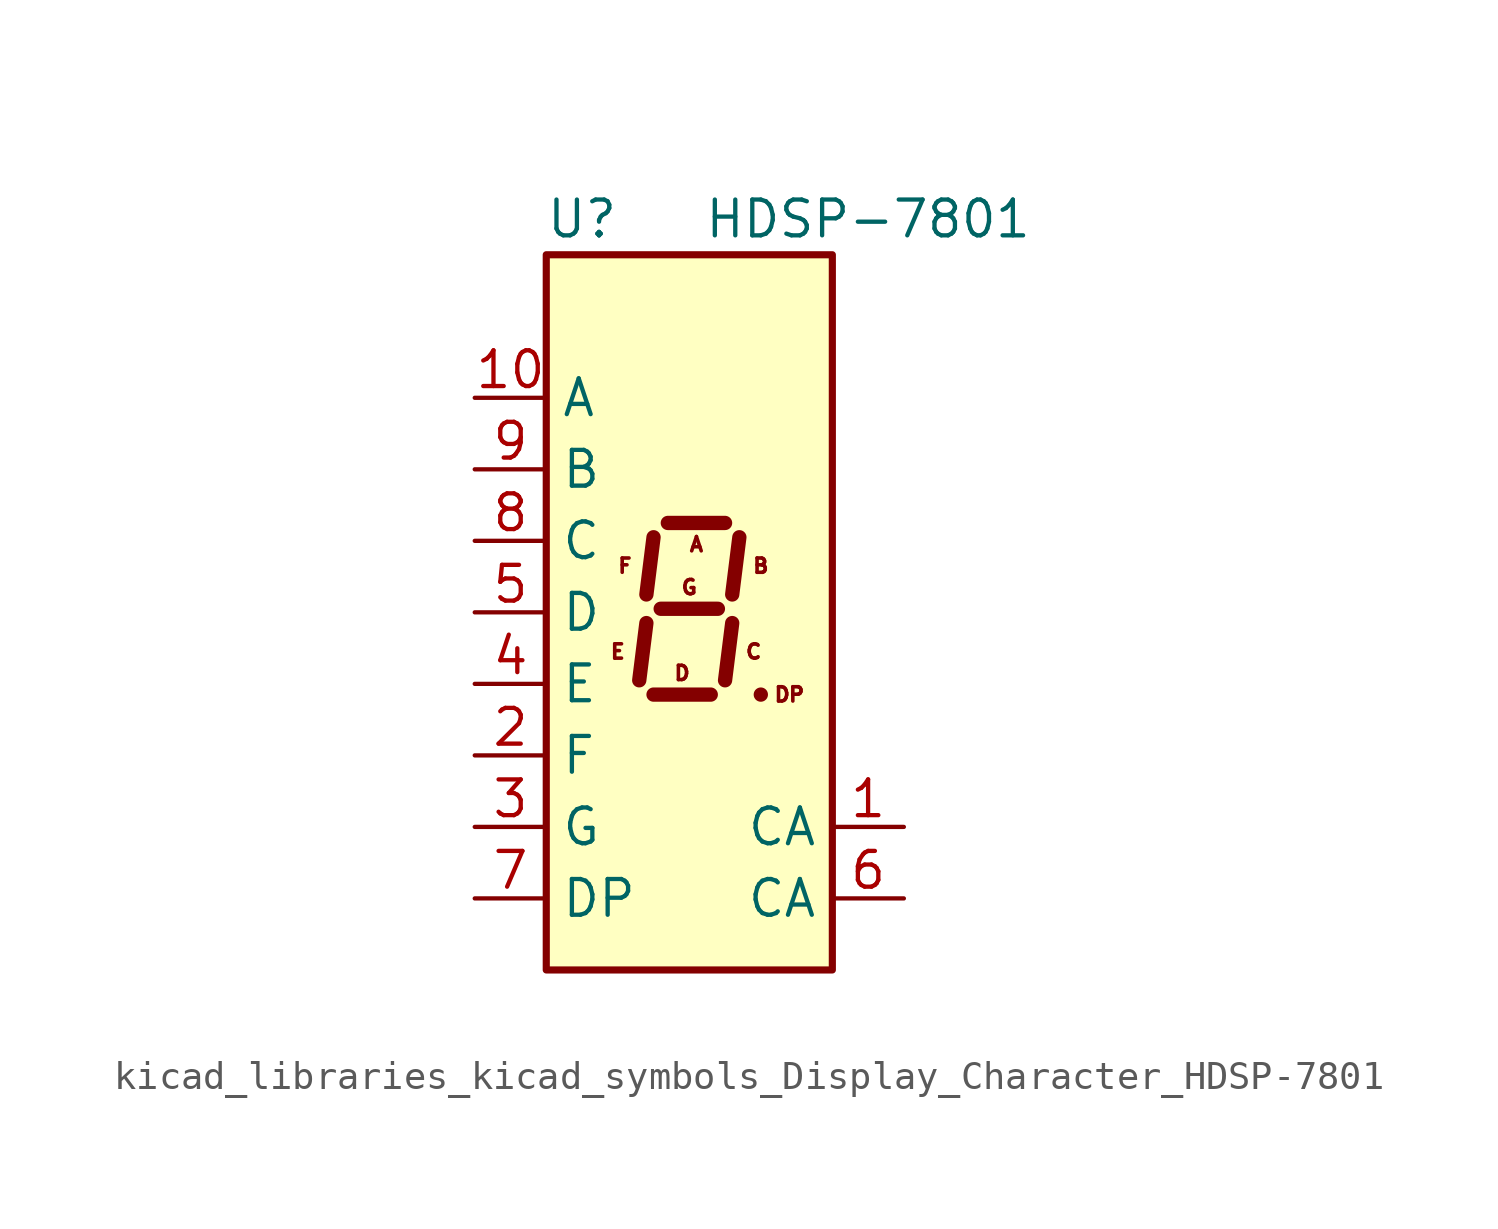
<source format=kicad_sym>
(kicad_symbol_lib
  (version 20220914)
  (generator kicad_symbol_editor)
  (symbol "kicad_libraries_kicad_symbols_Display_Character_HDSP-7801"
    (property "Reference" "U"
      (at -3.81 13.97 0)
      (effects (font (size 1.27 1.27))))
    (property "Value" "HDSP-7801"
      (at 6.35 13.97 0)
      (effects (font (size 1.27 1.27))))
    (symbol "kicad_libraries_kicad_symbols_Display_Character_HDSP-7801_1_0"
      (text "A" (at 0.254 2.413 0) (effects (font (size 0.508 0.508))))
      (text "B" (at 2.54 1.651 0) (effects (font (size 0.508 0.508))))
      (text "C" (at 2.286 -1.397 0) (effects (font (size 0.508 0.508))))
      (text "D" (at -0.254 -2.159 0) (effects (font (size 0.508 0.508))))
      (text "DP" (at 3.556 -2.921 0) (effects (font (size 0.508 0.508))))
      (text "E" (at -2.54 -1.397 0) (effects (font (size 0.508 0.508))))
      (text "F" (at -2.286 1.651 0) (effects (font (size 0.508 0.508))))
      (text "G" (at 0 0.889 0) (effects (font (size 0.508 0.508)))))
    (symbol "kicad_libraries_kicad_symbols_Display_Character_HDSP-7801_1_1"
      (rectangle (start -5.08 12.7) (end 5.08 -12.7) (stroke (width 0.254) (type default)) (fill (type background)))
      (polyline (pts (xy -1.524 -0.381) (xy -1.778 -2.413)) (stroke (width 0.508) (type default)) (fill (type none)))
      (polyline (pts (xy -1.27 -2.921) (xy 0.762 -2.921)) (stroke (width 0.508) (type default)) (fill (type none)))
      (polyline (pts (xy -1.27 2.667) (xy -1.524 0.635)) (stroke (width 0.508) (type default)) (fill (type none)))
      (polyline (pts (xy -1.016 0.127) (xy 1.016 0.127)) (stroke (width 0.508) (type default)) (fill (type none)))
      (polyline (pts (xy -0.762 3.175) (xy 1.27 3.175)) (stroke (width 0.508) (type default)) (fill (type none)))
      (polyline (pts (xy 1.524 -0.381) (xy 1.27 -2.413)) (stroke (width 0.508) (type default)) (fill (type none)))
      (polyline (pts (xy 1.778 2.667) (xy 1.524 0.635)) (stroke (width 0.508) (type default)) (fill (type none)))
      (polyline (pts (xy 2.54 -2.921) (xy 2.54 -2.921)) (stroke (width 0.508) (type default)) (fill (type none)))
      (pin input line (at 7.62 -7.62 180) (length 2.54) (name "CA" (effects (font (size 1.27 1.27)))) (number "1" (effects (font (size 1.27 1.27)))))
      (pin input line (at -7.62 7.62 0) (length 2.54) (name "A" (effects (font (size 1.27 1.27)))) (number "10" (effects (font (size 1.27 1.27)))))
      (pin input line (at -7.62 -5.08 0) (length 2.54) (name "F" (effects (font (size 1.27 1.27)))) (number "2" (effects (font (size 1.27 1.27)))))
      (pin input line (at -7.62 -7.62 0) (length 2.54) (name "G" (effects (font (size 1.27 1.27)))) (number "3" (effects (font (size 1.27 1.27)))))
      (pin input line (at -7.62 -2.54 0) (length 2.54) (name "E" (effects (font (size 1.27 1.27)))) (number "4" (effects (font (size 1.27 1.27)))))
      (pin input line (at -7.62 0 0) (length 2.54) (name "D" (effects (font (size 1.27 1.27)))) (number "5" (effects (font (size 1.27 1.27)))))
      (pin input line (at 7.62 -10.16 180) (length 2.54) (name "CA" (effects (font (size 1.27 1.27)))) (number "6" (effects (font (size 1.27 1.27)))))
      (pin input line (at -7.62 -10.16 0) (length 2.54) (name "DP" (effects (font (size 1.27 1.27)))) (number "7" (effects (font (size 1.27 1.27)))))
      (pin input line (at -7.62 2.54 0) (length 2.54) (name "C" (effects (font (size 1.27 1.27)))) (number "8" (effects (font (size 1.27 1.27)))))
      (pin input line (at -7.62 5.08 0) (length 2.54) (name "B" (effects (font (size 1.27 1.27)))) (number "9" (effects (font (size 1.27 1.27))))))))
</source>
